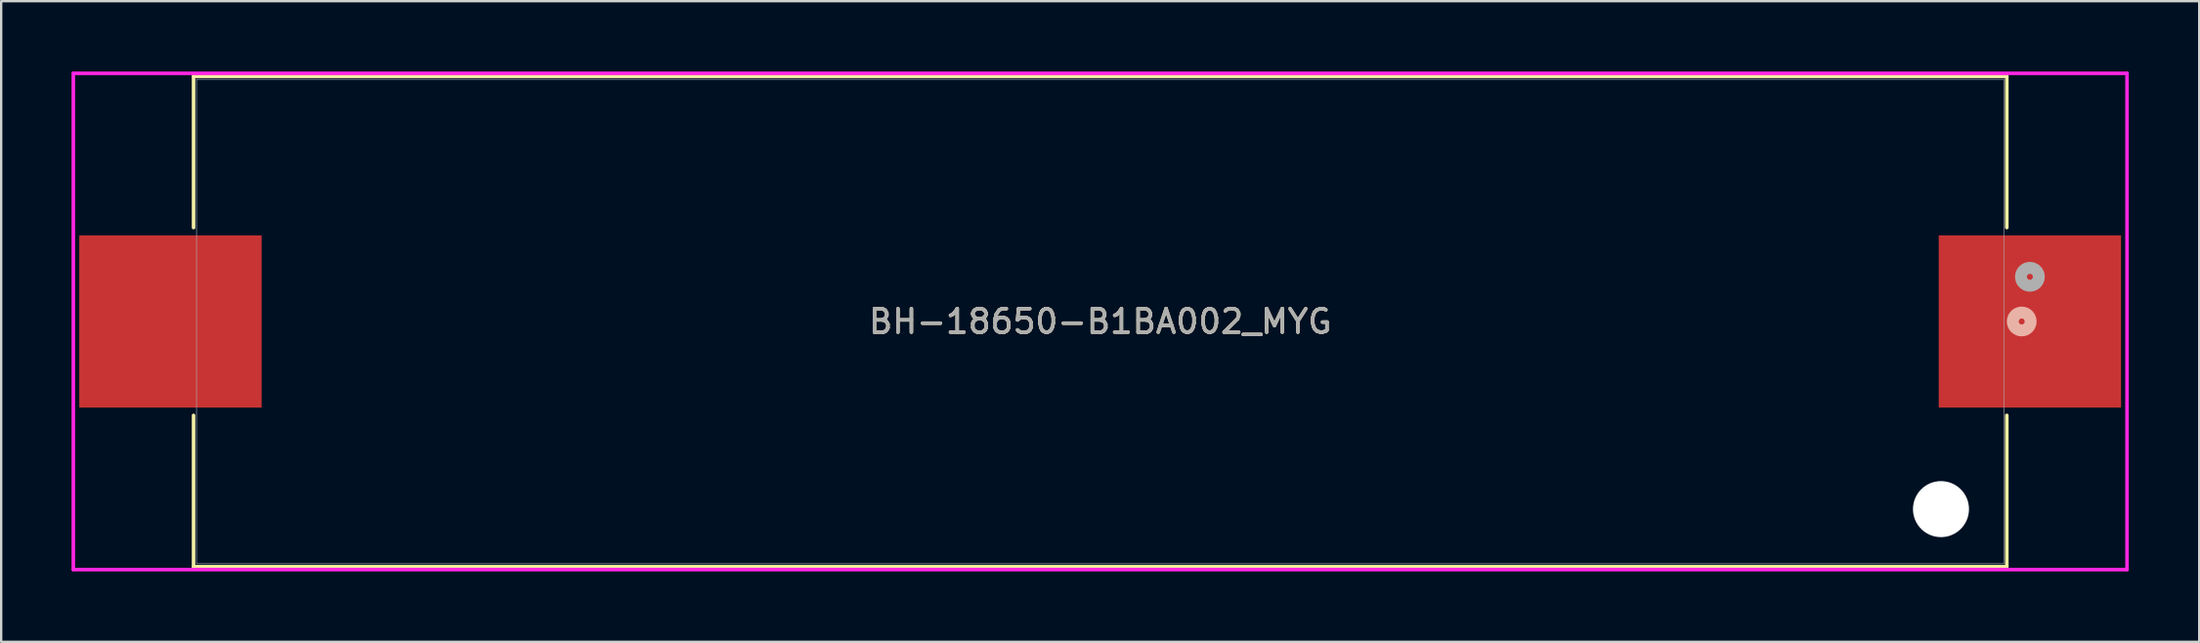
<source format=kicad_pcb>
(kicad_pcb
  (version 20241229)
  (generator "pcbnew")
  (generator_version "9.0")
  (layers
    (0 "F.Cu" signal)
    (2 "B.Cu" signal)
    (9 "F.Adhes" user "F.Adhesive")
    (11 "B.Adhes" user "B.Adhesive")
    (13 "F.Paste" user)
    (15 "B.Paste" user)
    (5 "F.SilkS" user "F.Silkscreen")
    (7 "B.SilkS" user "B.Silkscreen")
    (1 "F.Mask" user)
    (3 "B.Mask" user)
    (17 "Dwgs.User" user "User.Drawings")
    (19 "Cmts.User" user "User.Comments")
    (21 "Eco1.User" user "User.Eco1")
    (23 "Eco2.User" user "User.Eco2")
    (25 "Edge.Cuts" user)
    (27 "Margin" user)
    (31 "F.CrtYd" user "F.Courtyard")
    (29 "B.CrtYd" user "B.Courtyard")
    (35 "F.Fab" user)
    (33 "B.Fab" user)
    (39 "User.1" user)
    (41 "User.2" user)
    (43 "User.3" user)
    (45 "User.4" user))
  (footprint "BH-18650-B1BA002_MYG"
    (layer "F.Cu")
    (at 43.846 10.655)
    (property "Reference" "BH-18650-B1BA002_MYG" (at 0 0 0) (unlocked yes) (layer "F.SilkS") (effects (font (size 1 1) (thickness 0.15))))
    (attr smd)
    (fp_line (start -38.646 -10.452) (end -38.646 -4.003) (stroke (width 0.152) (type solid)) (layer "F.SilkS"))
    (fp_line (start -38.646 4.003) (end -38.646 10.452) (stroke (width 0.152) (type solid)) (layer "F.SilkS"))
    (fp_line (start -38.646 10.452) (end 38.646 10.452) (stroke (width 0.152) (type solid)) (layer "F.SilkS"))
    (fp_line (start 38.646 -10.452) (end -38.646 -10.452) (stroke (width 0.152) (type solid)) (layer "F.SilkS"))
    (fp_line (start 38.646 -4.003) (end 38.646 -10.452) (stroke (width 0.152) (type solid)) (layer "F.SilkS"))
    (fp_line (start 38.646 10.452) (end 38.646 4.003) (stroke (width 0.152) (type solid)) (layer "F.SilkS"))
    (fp_circle (center 39.281 0) (end 39.662 0) (stroke (width 0.508) (type solid)) (fill no) (layer "B.SilkS"))
    (fp_line (start -43.77 -10.579) (end -43.77 10.579) (stroke (width 0.152) (type solid)) (layer "F.CrtYd"))
    (fp_line (start -43.77 10.579) (end 43.77 10.579) (stroke (width 0.152) (type solid)) (layer "F.CrtYd"))
    (fp_line (start 43.77 -10.579) (end -43.77 -10.579) (stroke (width 0.152) (type solid)) (layer "F.CrtYd"))
    (fp_line (start 43.77 10.579) (end 43.77 -10.579) (stroke (width 0.152) (type solid)) (layer "F.CrtYd"))
    (fp_line (start -38.519 -10.325) (end -38.519 10.325) (stroke (width 0.025) (type solid)) (layer "F.Fab"))
    (fp_line (start -38.519 10.325) (end 38.519 10.325) (stroke (width 0.025) (type solid)) (layer "F.Fab"))
    (fp_line (start 38.519 -10.325) (end -38.519 -10.325) (stroke (width 0.025) (type solid)) (layer "F.Fab"))
    (fp_line (start 38.519 10.325) (end 38.519 -10.325) (stroke (width 0.025) (type solid)) (layer "F.Fab"))
    (fp_circle (center 39.63 -1.905) (end 40.011 -1.905) (stroke (width 0.508) (type solid)) (fill no) (layer "F.Fab"))
    (fp_text user "${REFERENCE}" (at 0 0 0) (unlocked yes) (layer "F.Fab") (effects (font (size 1 1) (thickness 0.15))))
    (pad "" np_thru_hole circle (at 35.84 8) (size 2.388 2.388) (drill 2.388) (layers "*.Cu" "*.Mask"))
    (pad "1" smd rect (at 39.63 0) (size 7.772 7.341) (layers "F.Cu" "F.Mask" "F.Paste"))
    (pad "2" smd rect (at -39.63 0) (size 7.772 7.341) (layers "F.Cu" "F.Mask" "F.Paste")))
  (gr_rect
    (start -3 -3)
    (end 90.693 24.311)
    (stroke (width 0.1) (type default))
    (fill no)
    (layer "Edge.Cuts")))
</source>
